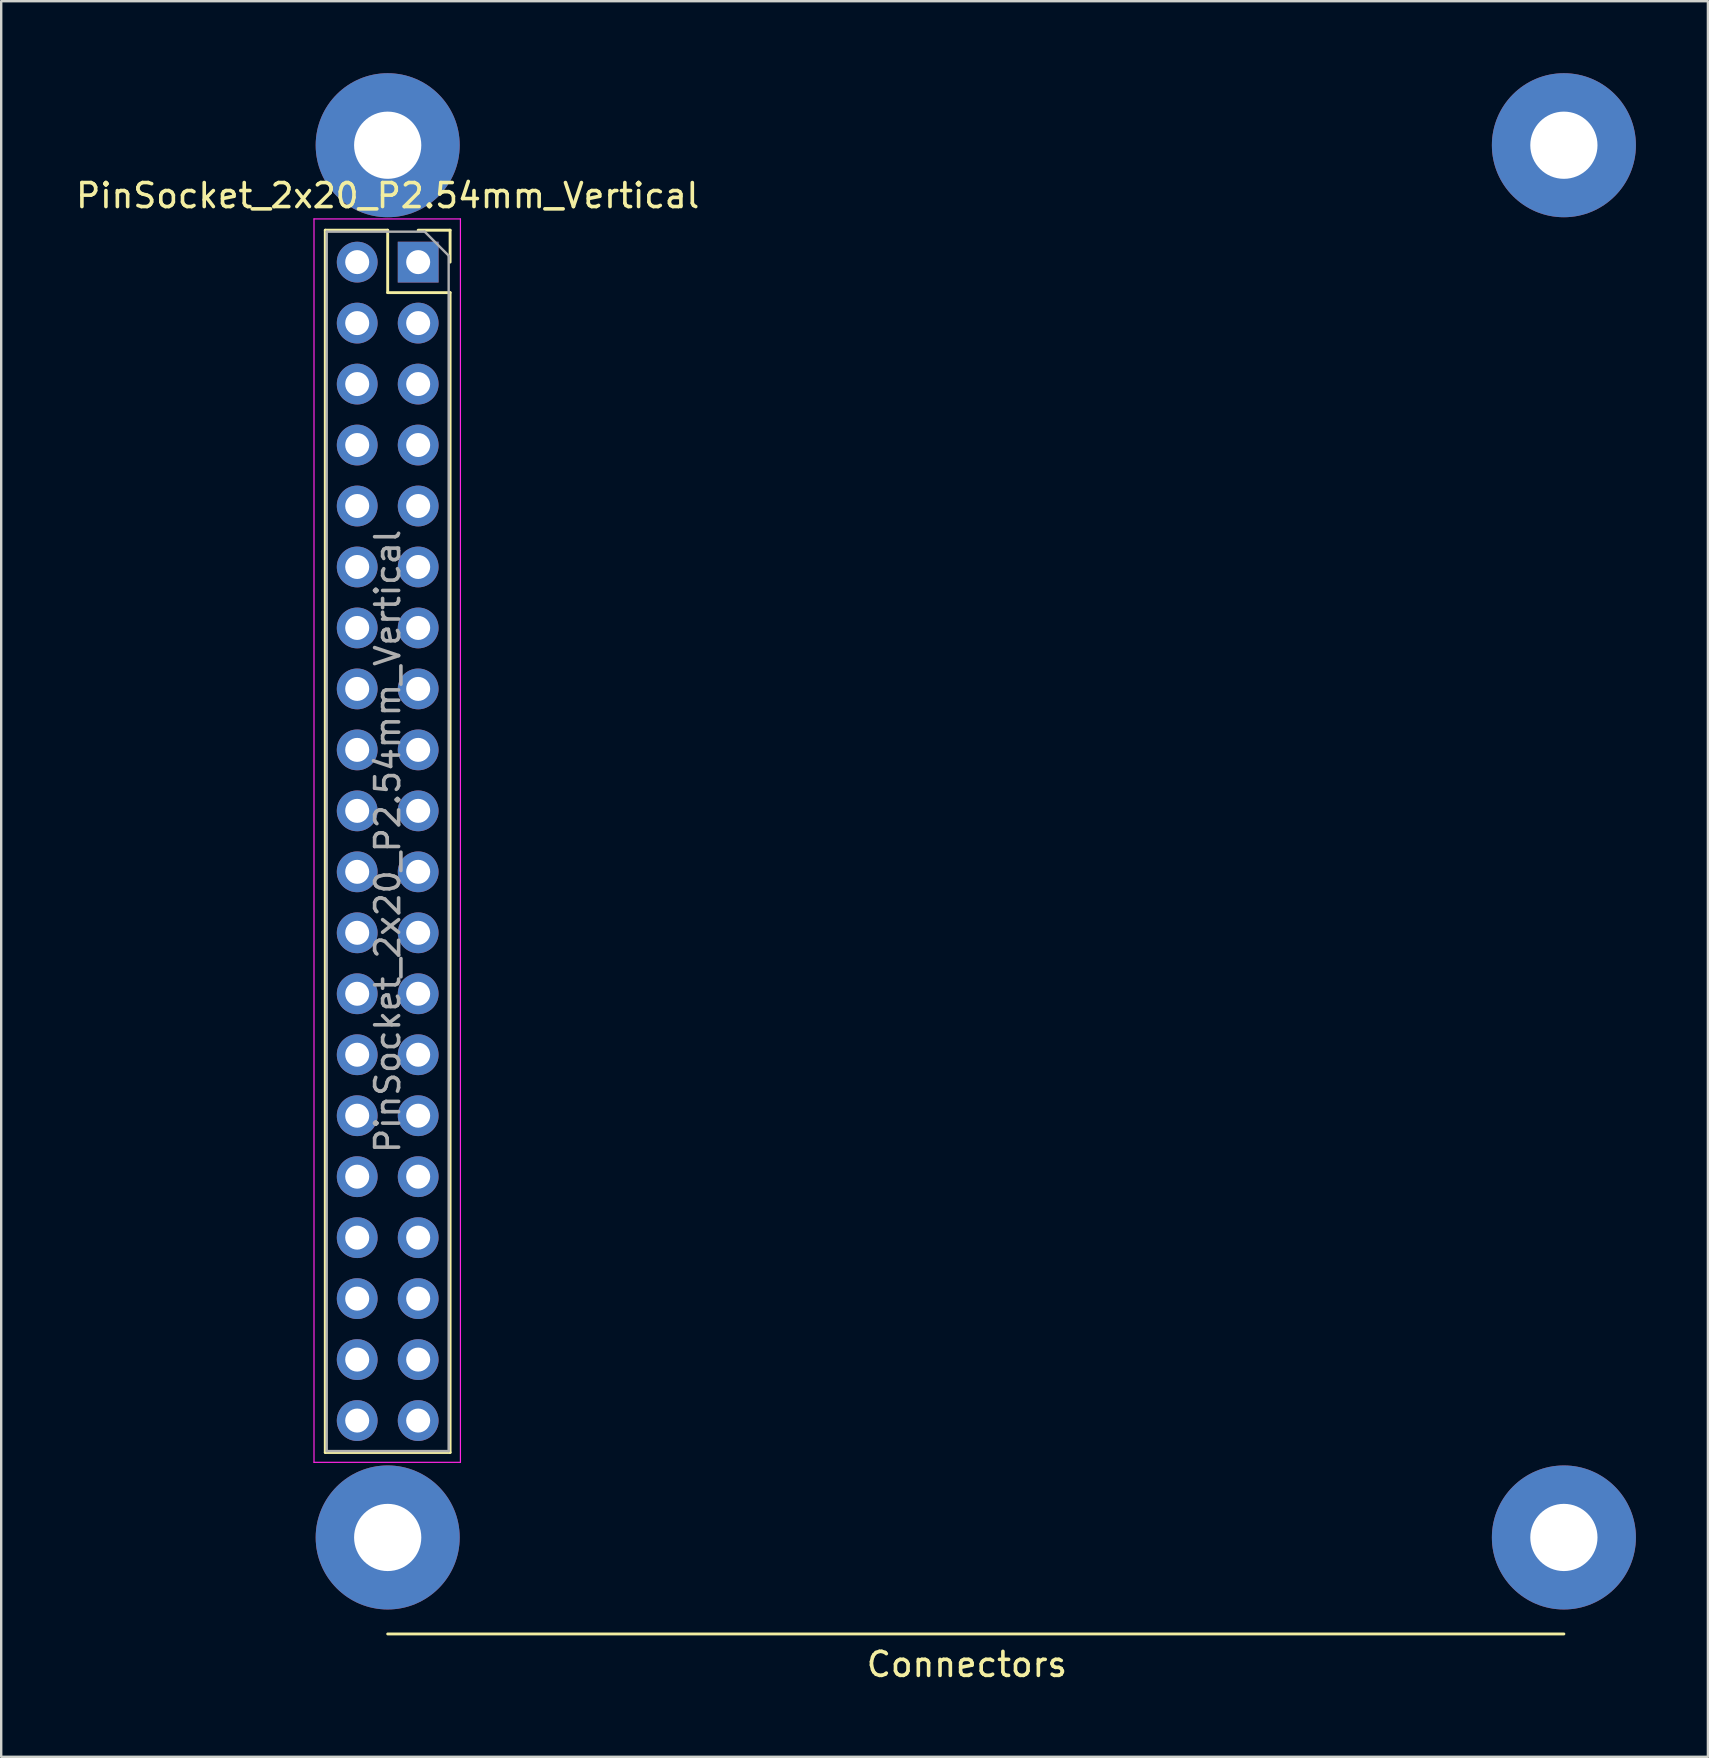
<source format=kicad_pcb>
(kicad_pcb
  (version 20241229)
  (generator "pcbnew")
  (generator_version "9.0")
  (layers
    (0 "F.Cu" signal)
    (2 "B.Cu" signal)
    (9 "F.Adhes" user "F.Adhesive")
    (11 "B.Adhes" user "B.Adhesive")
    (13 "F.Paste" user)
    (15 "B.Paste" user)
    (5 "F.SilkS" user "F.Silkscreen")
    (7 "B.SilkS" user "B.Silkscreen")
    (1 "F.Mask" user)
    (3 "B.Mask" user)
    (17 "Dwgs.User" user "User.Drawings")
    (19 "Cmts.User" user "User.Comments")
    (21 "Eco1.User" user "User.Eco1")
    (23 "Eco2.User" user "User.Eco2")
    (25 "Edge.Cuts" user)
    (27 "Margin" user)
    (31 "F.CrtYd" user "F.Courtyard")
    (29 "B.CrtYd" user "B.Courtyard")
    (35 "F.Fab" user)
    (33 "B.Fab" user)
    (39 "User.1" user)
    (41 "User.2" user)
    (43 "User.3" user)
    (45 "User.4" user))
  (footprint "PinSocket_2x20_P2.54mm_Vertical"
    (layer "F.Cu")
    (at 13.101 32)
    (property "Reference" "PinSocket_2x20_P2.54mm_Vertical" (at 0 -26.9 0) (layer "F.SilkS") (effects (font (size 1 1) (thickness 0.15))))
    (attr through_hole)
    (fp_line (start -2.6 -25.46) (end -2.6 25.46) (stroke (width 0.12) (type solid)) (layer "F.SilkS"))
    (fp_line (start -2.6 -25.46) (end 0 -25.46) (stroke (width 0.12) (type solid)) (layer "F.SilkS"))
    (fp_line (start -2.6 25.46) (end 2.6 25.46) (stroke (width 0.12) (type solid)) (layer "F.SilkS"))
    (fp_line (start 0 -25.46) (end 0 -22.86) (stroke (width 0.12) (type solid)) (layer "F.SilkS"))
    (fp_line (start 0 -22.86) (end 2.6 -22.86) (stroke (width 0.12) (type solid)) (layer "F.SilkS"))
    (fp_line (start 0 33.02) (end 49 33.02) (stroke (width 0.12) (type solid)) (layer "F.SilkS"))
    (fp_line (start 1.27 -25.46) (end 2.6 -25.46) (stroke (width 0.12) (type solid)) (layer "F.SilkS"))
    (fp_line (start 2.6 -25.46) (end 2.6 -24.13) (stroke (width 0.12) (type solid)) (layer "F.SilkS"))
    (fp_line (start 2.6 -22.86) (end 2.6 25.46) (stroke (width 0.12) (type solid)) (layer "F.SilkS"))
    (fp_line (start -3.07 -25.93) (end 3.03 -25.93) (stroke (width 0.05) (type solid)) (layer "F.CrtYd"))
    (fp_line (start -3.07 25.87) (end -3.07 -25.93) (stroke (width 0.05) (type solid)) (layer "F.CrtYd"))
    (fp_line (start 3.03 -25.93) (end 3.03 25.87) (stroke (width 0.05) (type solid)) (layer "F.CrtYd"))
    (fp_line (start 3.03 25.87) (end -3.07 25.87) (stroke (width 0.05) (type solid)) (layer "F.CrtYd"))
    (fp_line (start -2.54 -25.4) (end 1.54 -25.4) (stroke (width 0.1) (type solid)) (layer "F.Fab"))
    (fp_line (start -2.54 25.4) (end -2.54 -25.4) (stroke (width 0.1) (type solid)) (layer "F.Fab"))
    (fp_line (start 1.54 -25.4) (end 2.54 -24.4) (stroke (width 0.1) (type solid)) (layer "F.Fab"))
    (fp_line (start 2.54 -24.4) (end 2.54 25.4) (stroke (width 0.1) (type solid)) (layer "F.Fab"))
    (fp_line (start 2.54 25.4) (end -2.54 25.4) (stroke (width 0.1) (type solid)) (layer "F.Fab"))
    (fp_text user "Connectors" (at 24.13 34.29 0) (layer "F.SilkS") (effects (font (size 1 1) (thickness 0.15))))
    (fp_text user "${REFERENCE}" (at 0 0 90) (layer "F.Fab") (effects (font (size 1 1) (thickness 0.15))))
    (pad "1" thru_hole rect (at 1.27 -24.13) (size 1.7 1.7) (drill 1) (layers "*.Cu" "*.Mask"))
    (pad "2" thru_hole oval (at -1.27 -24.13) (size 1.7 1.7) (drill 1) (layers "*.Cu" "*.Mask"))
    (pad "3" thru_hole oval (at 1.27 -21.59) (size 1.7 1.7) (drill 1) (layers "*.Cu" "*.Mask"))
    (pad "4" thru_hole oval (at -1.27 -21.59) (size 1.7 1.7) (drill 1) (layers "*.Cu" "*.Mask"))
    (pad "5" thru_hole oval (at 1.27 -19.05) (size 1.7 1.7) (drill 1) (layers "*.Cu" "*.Mask"))
    (pad "6" thru_hole oval (at -1.27 -19.05) (size 1.7 1.7) (drill 1) (layers "*.Cu" "*.Mask"))
    (pad "7" thru_hole oval (at 1.27 -16.51) (size 1.7 1.7) (drill 1) (layers "*.Cu" "*.Mask"))
    (pad "8" thru_hole oval (at -1.27 -16.51) (size 1.7 1.7) (drill 1) (layers "*.Cu" "*.Mask"))
    (pad "9" thru_hole oval (at 1.27 -13.97) (size 1.7 1.7) (drill 1) (layers "*.Cu" "*.Mask"))
    (pad "10" thru_hole oval (at -1.27 -13.97) (size 1.7 1.7) (drill 1) (layers "*.Cu" "*.Mask"))
    (pad "11" thru_hole oval (at 1.27 -11.43) (size 1.7 1.7) (drill 1) (layers "*.Cu" "*.Mask"))
    (pad "12" thru_hole oval (at -1.27 -11.43) (size 1.7 1.7) (drill 1) (layers "*.Cu" "*.Mask"))
    (pad "13" thru_hole oval (at 1.27 -8.89) (size 1.7 1.7) (drill 1) (layers "*.Cu" "*.Mask"))
    (pad "14" thru_hole oval (at -1.27 -8.89) (size 1.7 1.7) (drill 1) (layers "*.Cu" "*.Mask"))
    (pad "15" thru_hole oval (at 1.27 -6.35) (size 1.7 1.7) (drill 1) (layers "*.Cu" "*.Mask"))
    (pad "16" thru_hole oval (at -1.27 -6.35) (size 1.7 1.7) (drill 1) (layers "*.Cu" "*.Mask"))
    (pad "17" thru_hole oval (at 1.27 -3.81) (size 1.7 1.7) (drill 1) (layers "*.Cu" "*.Mask"))
    (pad "18" thru_hole oval (at -1.27 -3.81) (size 1.7 1.7) (drill 1) (layers "*.Cu" "*.Mask"))
    (pad "19" thru_hole oval (at 1.27 -1.27) (size 1.7 1.7) (drill 1) (layers "*.Cu" "*.Mask"))
    (pad "20" thru_hole oval (at -1.27 -1.27) (size 1.7 1.7) (drill 1) (layers "*.Cu" "*.Mask"))
    (pad "21" thru_hole oval (at 1.27 1.27) (size 1.7 1.7) (drill 1) (layers "*.Cu" "*.Mask"))
    (pad "22" thru_hole oval (at -1.27 1.27) (size 1.7 1.7) (drill 1) (layers "*.Cu" "*.Mask"))
    (pad "23" thru_hole oval (at 1.27 3.81) (size 1.7 1.7) (drill 1) (layers "*.Cu" "*.Mask"))
    (pad "24" thru_hole oval (at -1.27 3.81) (size 1.7 1.7) (drill 1) (layers "*.Cu" "*.Mask"))
    (pad "25" thru_hole oval (at 1.27 6.35) (size 1.7 1.7) (drill 1) (layers "*.Cu" "*.Mask"))
    (pad "26" thru_hole oval (at -1.27 6.35) (size 1.7 1.7) (drill 1) (layers "*.Cu" "*.Mask"))
    (pad "27" thru_hole oval (at 1.27 8.89) (size 1.7 1.7) (drill 1) (layers "*.Cu" "*.Mask"))
    (pad "28" thru_hole oval (at -1.27 8.89) (size 1.7 1.7) (drill 1) (layers "*.Cu" "*.Mask"))
    (pad "29" thru_hole oval (at 1.27 11.43) (size 1.7 1.7) (drill 1) (layers "*.Cu" "*.Mask"))
    (pad "30" thru_hole oval (at -1.27 11.43) (size 1.7 1.7) (drill 1) (layers "*.Cu" "*.Mask"))
    (pad "31" thru_hole oval (at 1.27 13.97) (size 1.7 1.7) (drill 1) (layers "*.Cu" "*.Mask"))
    (pad "32" thru_hole oval (at -1.27 13.97) (size 1.7 1.7) (drill 1) (layers "*.Cu" "*.Mask"))
    (pad "33" thru_hole oval (at 1.27 16.51) (size 1.7 1.7) (drill 1) (layers "*.Cu" "*.Mask"))
    (pad "34" thru_hole oval (at -1.27 16.51) (size 1.7 1.7) (drill 1) (layers "*.Cu" "*.Mask"))
    (pad "35" thru_hole oval (at 1.27 19.05) (size 1.7 1.7) (drill 1) (layers "*.Cu" "*.Mask"))
    (pad "36" thru_hole oval (at -1.27 19.05) (size 1.7 1.7) (drill 1) (layers "*.Cu" "*.Mask"))
    (pad "37" thru_hole oval (at 1.27 21.59) (size 1.7 1.7) (drill 1) (layers "*.Cu" "*.Mask"))
    (pad "38" thru_hole oval (at -1.27 21.59) (size 1.7 1.7) (drill 1) (layers "*.Cu" "*.Mask"))
    (pad "39" thru_hole oval (at 1.27 24.13) (size 1.7 1.7) (drill 1) (layers "*.Cu" "*.Mask"))
    (pad "40" thru_hole oval (at -1.27 24.13) (size 1.7 1.7) (drill 1) (layers "*.Cu" "*.Mask"))
    (pad "41" thru_hole circle (at 0 -29) (size 6 6) (drill 2.8) (layers "*.Cu" "*.Mask"))
    (pad "41" thru_hole circle (at 0 29) (size 6 6) (drill 2.8) (layers "*.Cu" "*.Mask"))
    (pad "41" thru_hole circle (at 49 -29) (size 6 6) (drill 2.8) (layers "*.Cu" "*.Mask"))
    (pad "41" thru_hole circle (at 49 29) (size 6 6) (drill 2.8) (layers "*.Cu" "*.Mask")))
  (gr_rect
    (start -3 -3)
    (end 68.101 70.138)
    (stroke (width 0.1) (type default))
    (fill no)
    (layer "Edge.Cuts")))
</source>
